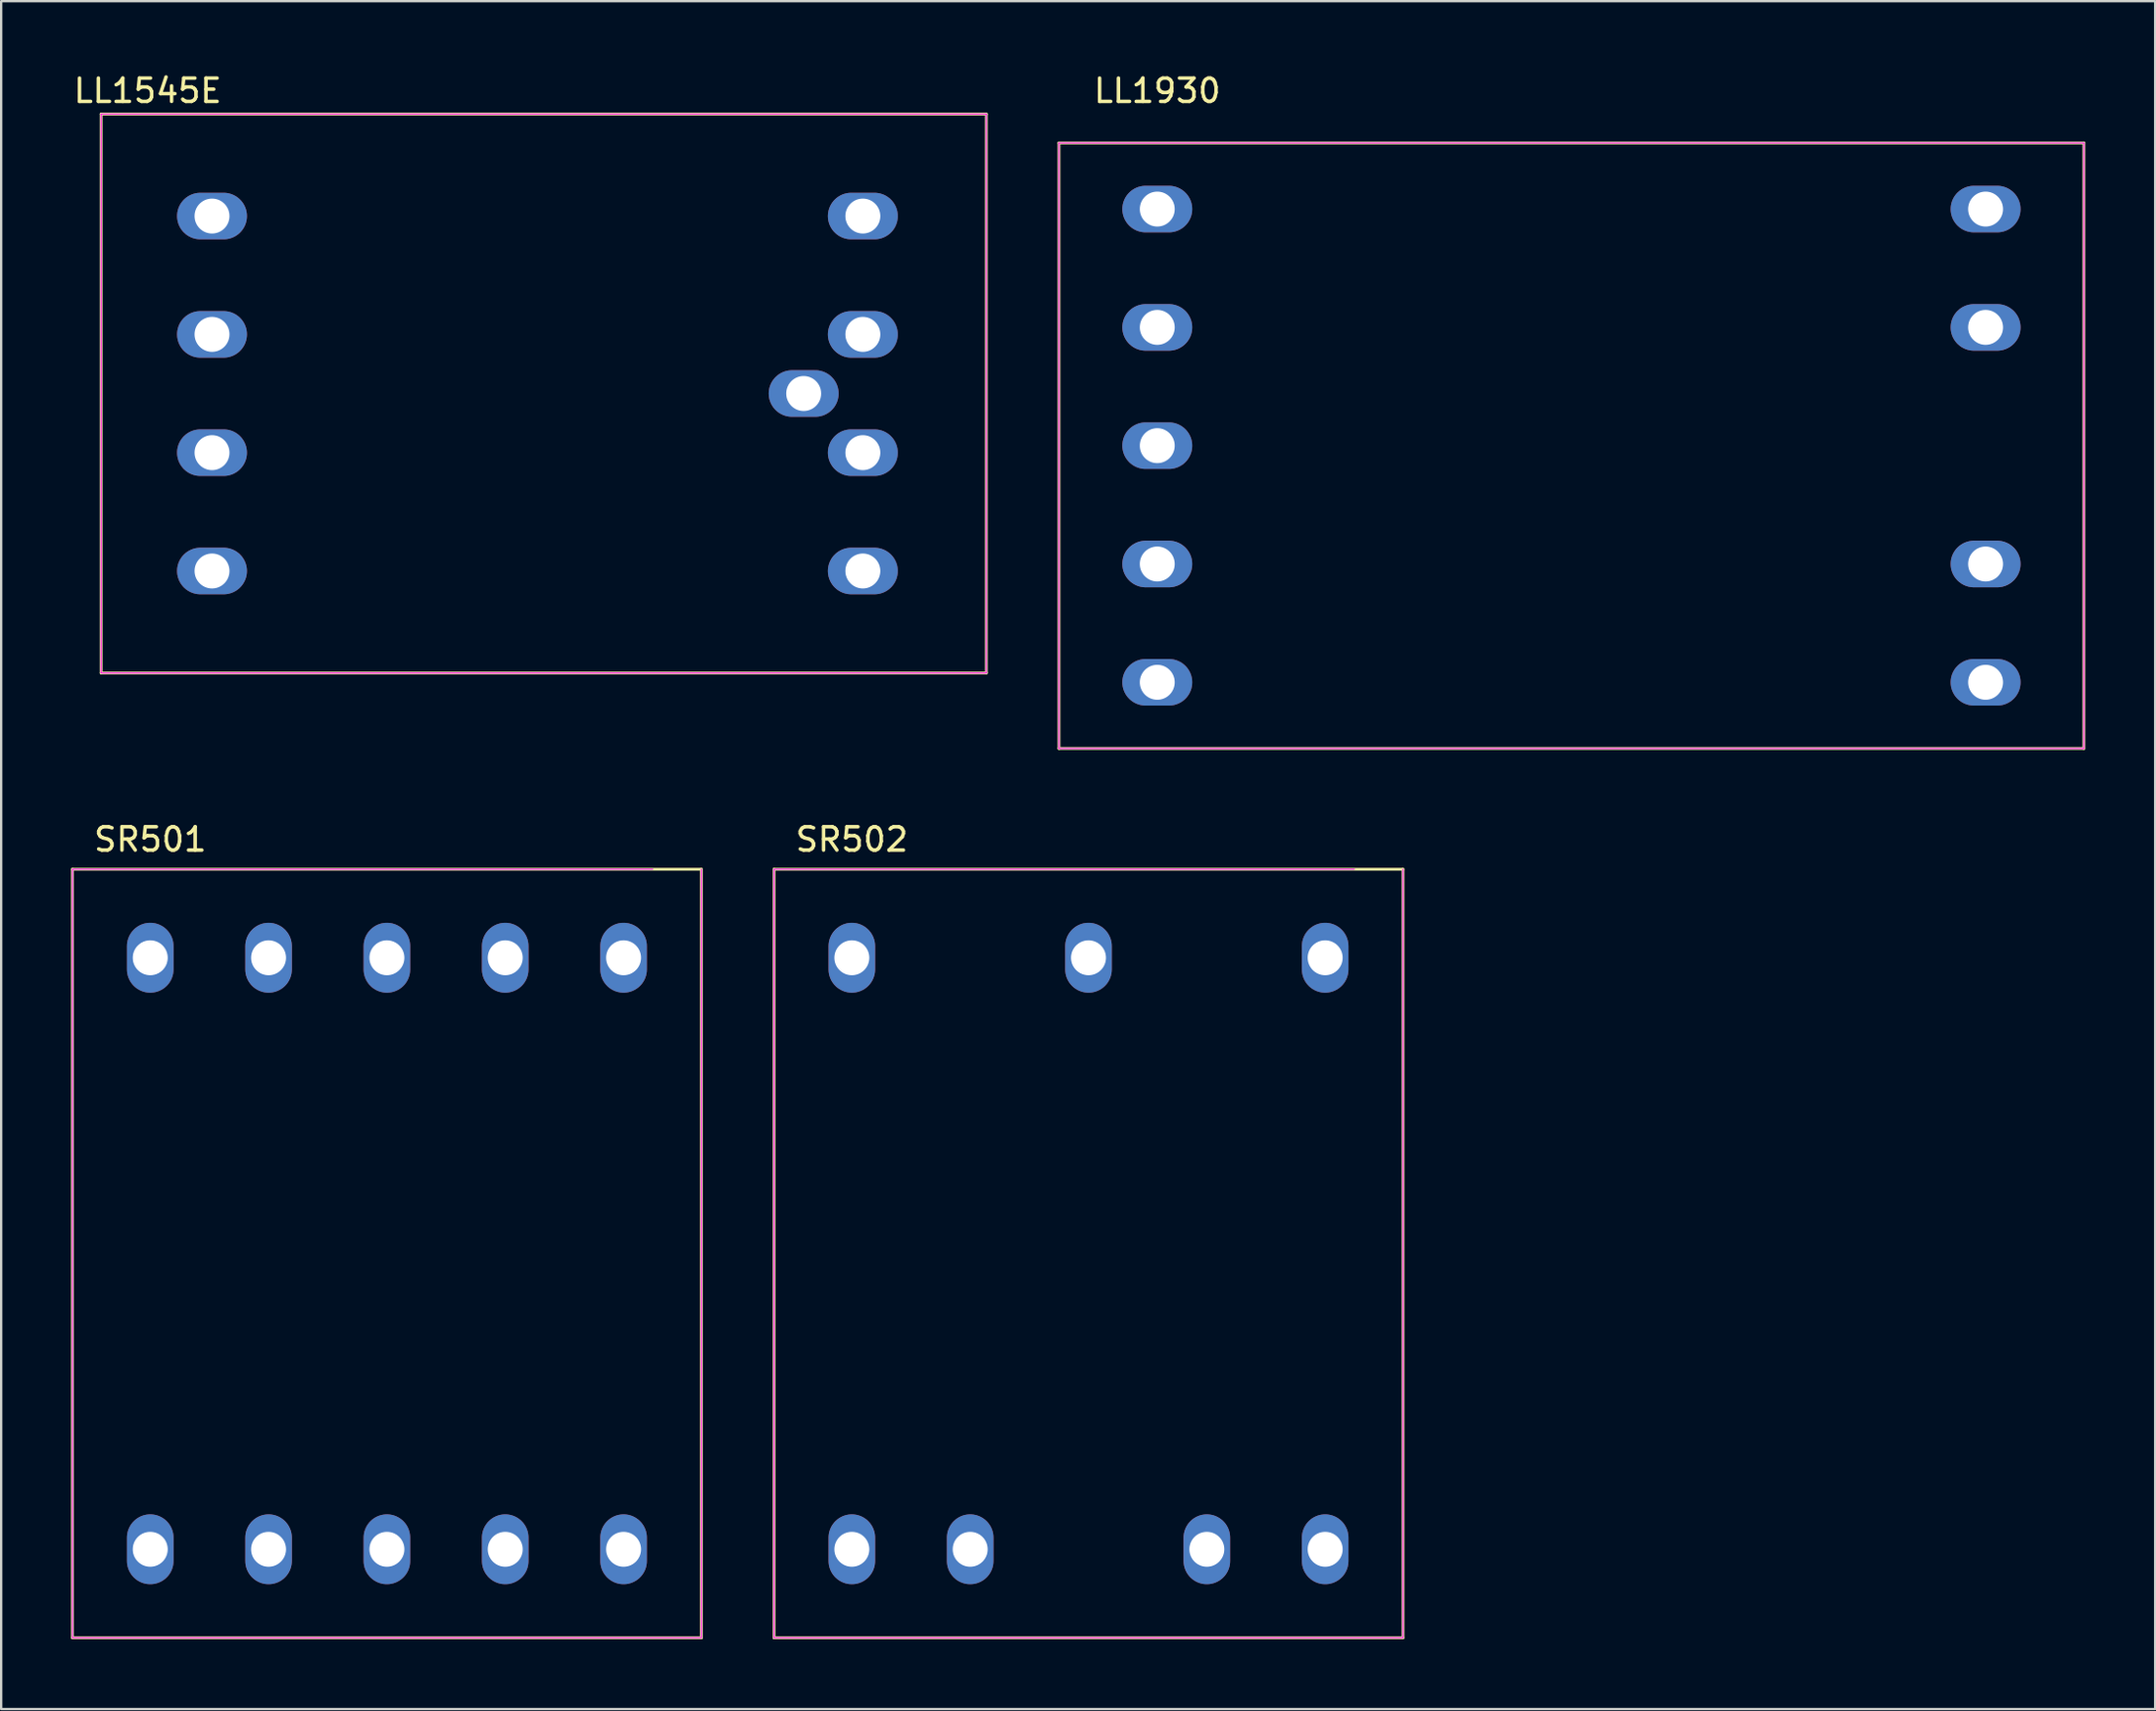
<source format=kicad_pcb>
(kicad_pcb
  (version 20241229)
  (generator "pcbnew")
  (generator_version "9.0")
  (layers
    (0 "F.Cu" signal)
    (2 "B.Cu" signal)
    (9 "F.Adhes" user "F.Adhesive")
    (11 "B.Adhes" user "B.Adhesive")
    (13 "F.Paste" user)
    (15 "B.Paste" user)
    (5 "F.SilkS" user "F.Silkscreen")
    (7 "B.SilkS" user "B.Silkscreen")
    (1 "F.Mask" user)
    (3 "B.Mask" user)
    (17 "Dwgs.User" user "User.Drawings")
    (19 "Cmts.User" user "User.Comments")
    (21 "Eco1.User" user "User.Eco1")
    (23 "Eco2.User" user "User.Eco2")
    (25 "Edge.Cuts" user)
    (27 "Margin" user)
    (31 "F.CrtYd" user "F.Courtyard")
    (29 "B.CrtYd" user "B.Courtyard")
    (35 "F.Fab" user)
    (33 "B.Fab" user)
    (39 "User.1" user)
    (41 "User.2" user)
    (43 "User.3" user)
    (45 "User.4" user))
  (footprint "SR501"
    (layer "F.Cu")
    (at 13.56 50.777)
    (property "Reference" "SR501" (at -10.16 -17.78 0) (layer "F.SilkS") (effects (font (size 1 1) (thickness 0.15))))
    (attr through_hole)
    (fp_line (start -13.5 -16.5) (end -13.5 16.5) (stroke (width 0.12) (type solid)) (layer "F.SilkS"))
    (fp_line (start -13.5 16.5) (end 13.5 16.5) (stroke (width 0.12) (type solid)) (layer "F.SilkS"))
    (fp_line (start 13.5 -16.5) (end -13.5 -16.5) (stroke (width 0.12) (type solid)) (layer "F.SilkS"))
    (fp_line (start 13.5 16.5) (end 13.5 -16.5) (stroke (width 0.12) (type solid)) (layer "F.SilkS"))
    (fp_line (start -13.5 -16.5) (end 11.41 -16.5) (stroke (width 0.05) (type solid)) (layer "F.CrtYd"))
    (fp_line (start -13.5 16.5) (end -13.5 -16.5) (stroke (width 0.05) (type solid)) (layer "F.CrtYd"))
    (fp_line (start 13.5 -16.5) (end 13.5 16.5) (stroke (width 0.05) (type solid)) (layer "F.CrtYd"))
    (fp_line (start 13.5 16.5) (end -13.5 16.5) (stroke (width 0.05) (type solid)) (layer "F.CrtYd"))
    (pad "1" thru_hole oval (at 10.16 -12.7 180) (size 2 3) (drill 1.5) (layers "*.Cu" "*.Mask"))
    (pad "2" thru_hole oval (at 5.08 -12.7 180) (size 2 3) (drill 1.5) (layers "*.Cu" "*.Mask"))
    (pad "3" thru_hole oval (at 0 -12.7 180) (size 2 3) (drill 1.5) (layers "*.Cu" "*.Mask"))
    (pad "4" thru_hole oval (at -5.08 -12.7 180) (size 2 3) (drill 1.5) (layers "*.Cu" "*.Mask"))
    (pad "5" thru_hole oval (at -10.16 -12.7 180) (size 2 3) (drill 1.5) (layers "*.Cu" "*.Mask"))
    (pad "6" thru_hole oval (at 10.16 12.7 180) (size 2 3) (drill 1.5) (layers "*.Cu" "*.Mask"))
    (pad "7" thru_hole oval (at 5.08 12.7 180) (size 2 3) (drill 1.5) (layers "*.Cu" "*.Mask"))
    (pad "8" thru_hole oval (at 0 12.7 180) (size 2 3) (drill 1.5) (layers "*.Cu" "*.Mask"))
    (pad "9" thru_hole oval (at -5.08 12.7 180) (size 2 3) (drill 1.5) (layers "*.Cu" "*.Mask"))
    (pad "10" thru_hole oval (at -10.16 12.7 180) (size 2 3) (drill 1.5) (layers "*.Cu" "*.Mask")))
  (footprint "LL1930"
    (layer "F.Cu")
    (at 64.412 16.088)
    (property "Reference" "LL1930" (at -17.78 -15.24 180) (layer "F.SilkS") (effects (font (size 1 1) (thickness 0.15))))
    (attr through_hole)
    (fp_line (start -22 -13) (end 22 -13) (stroke (width 0.12) (type solid)) (layer "F.SilkS"))
    (fp_line (start -22 13) (end -22 -13) (stroke (width 0.12) (type solid)) (layer "F.SilkS"))
    (fp_line (start 22 -13) (end 22 13) (stroke (width 0.12) (type solid)) (layer "F.SilkS"))
    (fp_line (start 22 13) (end -22 13) (stroke (width 0.12) (type solid)) (layer "F.SilkS"))
    (fp_line (start -22 -13) (end -22 13) (stroke (width 0.05) (type solid)) (layer "F.CrtYd"))
    (fp_line (start -22 13) (end 22 13) (stroke (width 0.05) (type solid)) (layer "F.CrtYd"))
    (fp_line (start 22 -13) (end -22 -13) (stroke (width 0.05) (type solid)) (layer "F.CrtYd"))
    (fp_line (start 22 13) (end 22 -13) (stroke (width 0.05) (type solid)) (layer "F.CrtYd"))
    (pad "1" thru_hole oval (at -17.78 10.16 270) (size 2 3) (drill 1.5) (layers "*.Cu" "*.Mask"))
    (pad "2" thru_hole oval (at -17.78 5.08 270) (size 2 3) (drill 1.5) (layers "*.Cu" "*.Mask"))
    (pad "3" thru_hole oval (at -17.78 0 270) (size 2 3) (drill 1.5) (layers "*.Cu" "*.Mask"))
    (pad "4" thru_hole oval (at -17.78 -5.08 270) (size 2 3) (drill 1.5) (layers "*.Cu" "*.Mask"))
    (pad "5" thru_hole oval (at -17.78 -10.16 270) (size 2 3) (drill 1.5) (layers "*.Cu" "*.Mask"))
    (pad "6" thru_hole oval (at 17.78 10.16 90) (size 2 3) (drill 1.5) (layers "*.Cu" "*.Mask"))
    (pad "7" thru_hole oval (at 17.78 5.08 90) (size 2 3) (drill 1.5) (layers "*.Cu" "*.Mask"))
    (pad "9" thru_hole oval (at 17.78 -5.08 90) (size 2 3) (drill 1.5) (layers "*.Cu" "*.Mask"))
    (pad "10" thru_hole oval (at 17.78 -10.16 90) (size 2 3) (drill 1.5) (layers "*.Cu" "*.Mask")))
  (footprint "LL1545E"
    (layer "F.Cu")
    (at 20.022 13.848)
    (property "Reference" "LL1545E" (at -16.73 -13 180) (layer "F.SilkS") (effects (font (size 1 1) (thickness 0.15))))
    (attr through_hole)
    (fp_line (start -18.73 -12) (end 19.27 -12) (stroke (width 0.12) (type solid)) (layer "F.SilkS"))
    (fp_line (start -18.73 12) (end -18.73 -12) (stroke (width 0.12) (type solid)) (layer "F.SilkS"))
    (fp_line (start 19.27 -12) (end 19.27 12) (stroke (width 0.12) (type solid)) (layer "F.SilkS"))
    (fp_line (start 19.27 12) (end -18.73 12) (stroke (width 0.12) (type solid)) (layer "F.SilkS"))
    (fp_line (start -18.73 -12) (end -18.73 12) (stroke (width 0.05) (type solid)) (layer "F.CrtYd"))
    (fp_line (start -18.73 12) (end 19.27 12) (stroke (width 0.05) (type solid)) (layer "F.CrtYd"))
    (fp_line (start 19.27 -12) (end -18.73 -12) (stroke (width 0.05) (type solid)) (layer "F.CrtYd"))
    (fp_line (start 19.27 12) (end 19.27 -12) (stroke (width 0.05) (type solid)) (layer "F.CrtYd"))
    (pad "1" thru_hole oval (at -13.97 7.62) (size 3 2) (drill 1.5) (layers "*.Cu" "*.Mask"))
    (pad "2" thru_hole oval (at -13.97 2.54) (size 3 2) (drill 1.5) (layers "*.Cu" "*.Mask"))
    (pad "3" thru_hole oval (at -13.97 -2.54) (size 3 2) (drill 1.5) (layers "*.Cu" "*.Mask"))
    (pad "4" thru_hole oval (at -13.97 -7.62) (size 3 2) (drill 1.5) (layers "*.Cu" "*.Mask"))
    (pad "5" thru_hole oval (at 13.97 7.62) (size 3 2) (drill 1.5) (layers "*.Cu" "*.Mask"))
    (pad "6" thru_hole oval (at 13.97 2.54) (size 3 2) (drill 1.5) (layers "*.Cu" "*.Mask"))
    (pad "7" thru_hole oval (at 13.97 -2.54) (size 3 2) (drill 1.5) (layers "*.Cu" "*.Mask"))
    (pad "8" thru_hole oval (at 13.97 -7.62) (size 3 2) (drill 1.5) (layers "*.Cu" "*.Mask"))
    (pad "E" thru_hole oval (at 11.43 0) (size 3 2) (drill 1.5) (layers "*.Cu" "*.Mask")))
  (footprint "SR502"
    (layer "F.Cu")
    (at 43.68 50.777)
    (property "Reference" "SR502" (at -10.16 -17.78 0) (layer "F.SilkS") (effects (font (size 1 1) (thickness 0.15))))
    (attr through_hole)
    (fp_line (start -13.5 -16.5) (end -13.5 16.5) (stroke (width 0.12) (type solid)) (layer "F.SilkS"))
    (fp_line (start -13.5 16.5) (end 13.5 16.5) (stroke (width 0.12) (type solid)) (layer "F.SilkS"))
    (fp_line (start 13.5 -16.5) (end -13.5 -16.5) (stroke (width 0.12) (type solid)) (layer "F.SilkS"))
    (fp_line (start 13.5 16.5) (end 13.5 -16.5) (stroke (width 0.12) (type solid)) (layer "F.SilkS"))
    (fp_line (start -13.5 -16.5) (end 11.41 -16.5) (stroke (width 0.05) (type solid)) (layer "F.CrtYd"))
    (fp_line (start -13.5 16.5) (end -13.5 -16.5) (stroke (width 0.05) (type solid)) (layer "F.CrtYd"))
    (fp_line (start 13.5 -16.5) (end 13.5 16.5) (stroke (width 0.05) (type solid)) (layer "F.CrtYd"))
    (fp_line (start 13.5 16.5) (end -13.5 16.5) (stroke (width 0.05) (type solid)) (layer "F.CrtYd"))
    (pad "1" thru_hole oval (at 10.16 -12.7 180) (size 2 3) (drill 1.5) (layers "*.Cu" "*.Mask"))
    (pad "3" thru_hole oval (at 0 -12.7 180) (size 2 3) (drill 1.5) (layers "*.Cu" "*.Mask"))
    (pad "5" thru_hole oval (at -10.16 -12.7 180) (size 2 3) (drill 1.5) (layers "*.Cu" "*.Mask"))
    (pad "6" thru_hole oval (at 10.16 12.7 180) (size 2 3) (drill 1.5) (layers "*.Cu" "*.Mask"))
    (pad "7" thru_hole oval (at 5.08 12.7 180) (size 2 3) (drill 1.5) (layers "*.Cu" "*.Mask"))
    (pad "9" thru_hole oval (at -5.08 12.7 180) (size 2 3) (drill 1.5) (layers "*.Cu" "*.Mask"))
    (pad "10" thru_hole oval (at -10.16 12.7 180) (size 2 3) (drill 1.5) (layers "*.Cu" "*.Mask")))
  (gr_rect
    (start -3 -3)
    (end 89.472 70.337)
    (stroke (width 0.1) (type default))
    (fill no)
    (layer "Edge.Cuts")))
</source>
